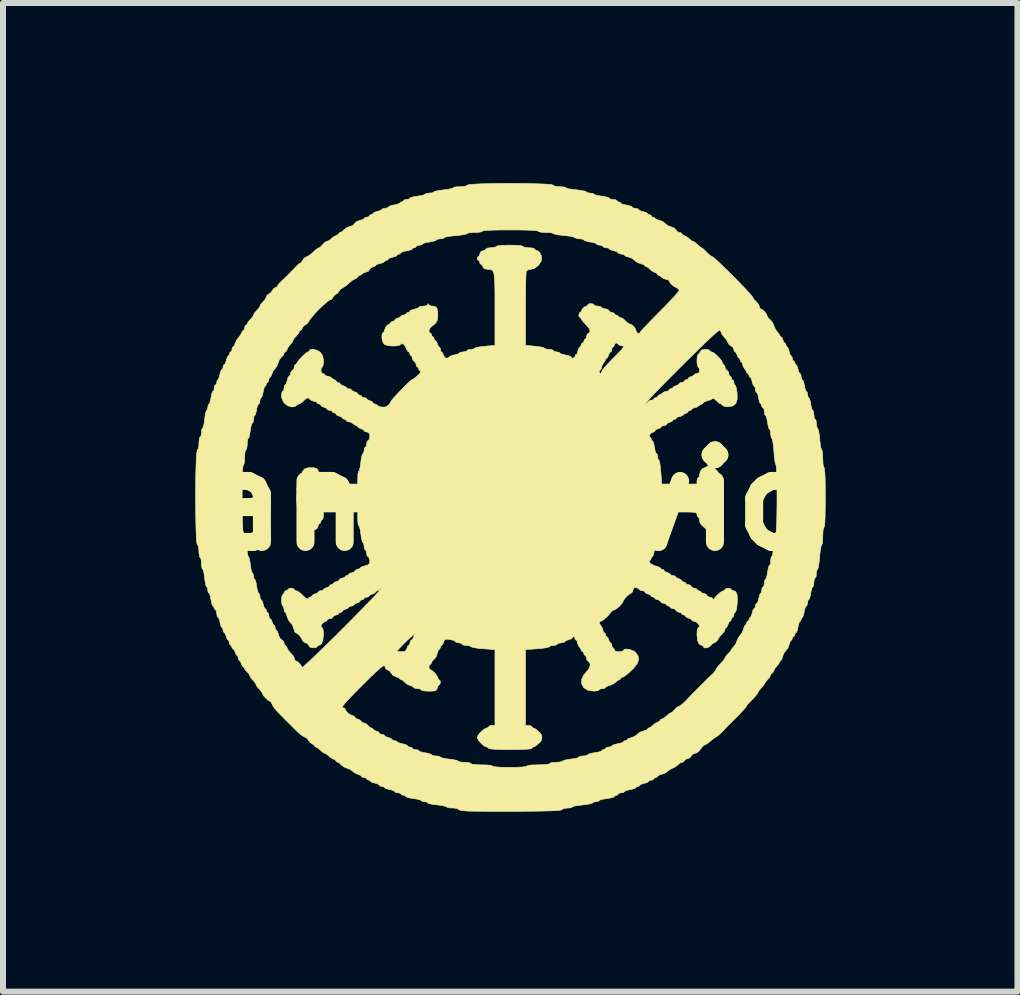
<source format=kicad_pcb>
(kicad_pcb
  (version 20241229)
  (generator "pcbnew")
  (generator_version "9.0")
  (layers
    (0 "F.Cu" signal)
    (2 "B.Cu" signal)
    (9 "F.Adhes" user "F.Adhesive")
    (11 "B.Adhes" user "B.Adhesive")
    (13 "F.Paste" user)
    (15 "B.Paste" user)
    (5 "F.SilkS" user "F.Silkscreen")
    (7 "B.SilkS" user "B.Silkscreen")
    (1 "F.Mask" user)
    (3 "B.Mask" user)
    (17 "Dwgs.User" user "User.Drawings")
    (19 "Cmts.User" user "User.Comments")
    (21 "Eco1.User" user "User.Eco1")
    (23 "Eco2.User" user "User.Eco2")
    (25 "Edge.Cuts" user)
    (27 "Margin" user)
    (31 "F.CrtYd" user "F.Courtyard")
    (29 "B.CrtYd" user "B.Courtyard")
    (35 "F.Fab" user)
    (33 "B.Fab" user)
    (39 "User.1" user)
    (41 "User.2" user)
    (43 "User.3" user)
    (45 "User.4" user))
  (footprint "anticovid"
    (layer "F.Cu")
    (at 5.45 5.289)
    (property "Reference" "anticovid" (at 0 0 0) (layer "F.SilkS") (effects (font (size 1.524 1.524) (thickness 0.3))))
    (attr through_hole)
    (fp_poly (pts (xy 0.147 -5.283) (xy 0.292 -5.281) (xy 0.424 -5.278) (xy 0.539 -5.274) (xy 0.629 -5.269) (xy 0.69 -5.263) (xy 0.714 -5.255) (xy 0.714 -5.255) (xy 0.741 -5.237) (xy 0.802 -5.229) (xy 0.827 -5.228) (xy 0.887 -5.225) (xy 0.925 -5.216) (xy 0.931 -5.21) (xy 0.951 -5.199) (xy 1.003 -5.189) (xy 1.077 -5.179) (xy 1.101 -5.177) (xy 1.179 -5.167) (xy 1.238 -5.156) (xy 1.268 -5.145) (xy 1.27 -5.142) (xy 1.288 -5.128) (xy 1.333 -5.122) (xy 1.333 -5.122) (xy 1.378 -5.117) (xy 1.397 -5.104) (xy 1.397 -5.104) (xy 1.416 -5.092) (xy 1.466 -5.08) (xy 1.524 -5.071) (xy 1.591 -5.06) (xy 1.637 -5.047) (xy 1.651 -5.037) (xy 1.669 -5.022) (xy 1.714 -5.017) (xy 1.714 -5.016) (xy 1.759 -5.01) (xy 1.778 -4.996) (xy 1.778 -4.995) (xy 1.795 -4.977) (xy 1.81 -4.974) (xy 1.838 -4.964) (xy 1.841 -4.955) (xy 1.86 -4.941) (xy 1.908 -4.928) (xy 1.937 -4.922) (xy 1.993 -4.91) (xy 2.028 -4.895) (xy 2.032 -4.888) (xy 2.05 -4.873) (xy 2.085 -4.868) (xy 2.125 -4.861) (xy 2.138 -4.848) (xy 2.156 -4.831) (xy 2.202 -4.816) (xy 2.212 -4.814) (xy 2.261 -4.8) (xy 2.285 -4.784) (xy 2.286 -4.781) (xy 2.303 -4.765) (xy 2.318 -4.763) (xy 2.346 -4.751) (xy 2.349 -4.741) (xy 2.367 -4.723) (xy 2.381 -4.72) (xy 2.409 -4.71) (xy 2.413 -4.701) (xy 2.431 -4.685) (xy 2.476 -4.671) (xy 2.482 -4.67) (xy 2.54 -4.648) (xy 2.582 -4.614) (xy 2.582 -4.614) (xy 2.624 -4.581) (xy 2.681 -4.559) (xy 2.737 -4.537) (xy 2.763 -4.506) (xy 2.792 -4.473) (xy 2.817 -4.466) (xy 2.85 -4.458) (xy 2.857 -4.446) (xy 2.875 -4.426) (xy 2.905 -4.412) (xy 2.958 -4.383) (xy 2.987 -4.357) (xy 3.022 -4.327) (xy 3.044 -4.318) (xy 3.073 -4.304) (xy 3.115 -4.27) (xy 3.12 -4.265) (xy 3.159 -4.23) (xy 3.185 -4.213) (xy 3.187 -4.212) (xy 3.209 -4.198) (xy 3.248 -4.162) (xy 3.272 -4.138) (xy 3.317 -4.094) (xy 3.354 -4.068) (xy 3.365 -4.064) (xy 3.387 -4.049) (xy 3.433 -4.01) (xy 3.498 -3.949) (xy 3.576 -3.874) (xy 3.661 -3.79) (xy 3.749 -3.702) (xy 3.834 -3.614) (xy 3.912 -3.534) (xy 3.975 -3.465) (xy 4.021 -3.413) (xy 4.042 -3.384) (xy 4.043 -3.381) (xy 4.058 -3.351) (xy 4.096 -3.315) (xy 4.096 -3.315) (xy 4.133 -3.275) (xy 4.149 -3.236) (xy 4.157 -3.203) (xy 4.167 -3.196) (xy 4.201 -3.181) (xy 4.241 -3.144) (xy 4.27 -3.104) (xy 4.276 -3.086) (xy 4.291 -3.051) (xy 4.328 -3.015) (xy 4.371 -2.965) (xy 4.394 -2.911) (xy 4.417 -2.853) (xy 4.448 -2.813) (xy 4.478 -2.777) (xy 4.487 -2.754) (xy 4.502 -2.732) (xy 4.508 -2.731) (xy 4.528 -2.713) (xy 4.542 -2.678) (xy 4.558 -2.638) (xy 4.574 -2.625) (xy 4.591 -2.607) (xy 4.593 -2.593) (xy 4.603 -2.565) (xy 4.612 -2.561) (xy 4.628 -2.543) (xy 4.643 -2.497) (xy 4.645 -2.487) (xy 4.659 -2.438) (xy 4.676 -2.414) (xy 4.679 -2.413) (xy 4.695 -2.395) (xy 4.699 -2.371) (xy 4.708 -2.336) (xy 4.72 -2.328) (xy 4.739 -2.311) (xy 4.741 -2.297) (xy 4.752 -2.268) (xy 4.76 -2.265) (xy 4.776 -2.246) (xy 4.791 -2.201) (xy 4.793 -2.191) (xy 4.807 -2.142) (xy 4.824 -2.117) (xy 4.827 -2.117) (xy 4.842 -2.099) (xy 4.847 -2.064) (xy 4.854 -2.024) (xy 4.867 -2.011) (xy 4.882 -1.992) (xy 4.896 -1.944) (xy 4.901 -1.916) (xy 4.913 -1.859) (xy 4.928 -1.825) (xy 4.934 -1.82) (xy 4.948 -1.802) (xy 4.953 -1.767) (xy 4.96 -1.728) (xy 4.972 -1.714) (xy 4.986 -1.696) (xy 4.999 -1.647) (xy 5.006 -1.609) (xy 5.018 -1.548) (xy 5.032 -1.51) (xy 5.04 -1.503) (xy 5.052 -1.484) (xy 5.059 -1.438) (xy 5.059 -1.429) (xy 5.064 -1.38) (xy 5.077 -1.355) (xy 5.08 -1.355) (xy 5.094 -1.336) (xy 5.101 -1.291) (xy 5.101 -1.282) (xy 5.106 -1.232) (xy 5.12 -1.204) (xy 5.121 -1.203) (xy 5.132 -1.18) (xy 5.144 -1.125) (xy 5.154 -1.049) (xy 5.156 -1.021) (xy 5.165 -0.941) (xy 5.175 -0.881) (xy 5.186 -0.849) (xy 5.189 -0.847) (xy 5.198 -0.827) (xy 5.204 -0.776) (xy 5.207 -0.704) (xy 5.207 -0.699) (xy 5.21 -0.622) (xy 5.217 -0.57) (xy 5.228 -0.55) (xy 5.228 -0.55) (xy 5.235 -0.53) (xy 5.241 -0.468) (xy 5.246 -0.369) (xy 5.248 -0.233) (xy 5.249 -0.063) (xy 5.249 -0.053) (xy 5.248 0.119) (xy 5.246 0.257) (xy 5.242 0.358) (xy 5.236 0.422) (xy 5.229 0.444) (xy 5.228 0.445) (xy 5.217 0.464) (xy 5.21 0.517) (xy 5.207 0.593) (xy 5.207 0.593) (xy 5.205 0.666) (xy 5.198 0.719) (xy 5.189 0.741) (xy 5.188 0.741) (xy 5.179 0.76) (xy 5.169 0.813) (xy 5.159 0.89) (xy 5.155 0.942) (xy 5.146 1.028) (xy 5.136 1.096) (xy 5.126 1.136) (xy 5.12 1.143) (xy 5.108 1.162) (xy 5.101 1.207) (xy 5.101 1.217) (xy 5.096 1.266) (xy 5.083 1.291) (xy 5.08 1.291) (xy 5.066 1.31) (xy 5.059 1.356) (xy 5.059 1.365) (xy 5.054 1.414) (xy 5.042 1.439) (xy 5.04 1.439) (xy 5.026 1.458) (xy 5.013 1.507) (xy 5.006 1.545) (xy 4.994 1.605) (xy 4.98 1.644) (xy 4.972 1.651) (xy 4.958 1.669) (xy 4.953 1.702) (xy 4.945 1.744) (xy 4.93 1.761) (xy 4.914 1.785) (xy 4.9 1.835) (xy 4.896 1.858) (xy 4.885 1.913) (xy 4.871 1.944) (xy 4.866 1.947) (xy 4.849 1.965) (xy 4.847 1.979) (xy 4.837 2.007) (xy 4.828 2.011) (xy 4.814 2.03) (xy 4.801 2.077) (xy 4.795 2.106) (xy 4.783 2.163) (xy 4.768 2.197) (xy 4.761 2.201) (xy 4.744 2.218) (xy 4.741 2.233) (xy 4.73 2.261) (xy 4.72 2.265) (xy 4.701 2.282) (xy 4.699 2.297) (xy 4.689 2.325) (xy 4.68 2.328) (xy 4.664 2.347) (xy 4.65 2.392) (xy 4.648 2.398) (xy 4.627 2.456) (xy 4.593 2.498) (xy 4.593 2.498) (xy 4.56 2.539) (xy 4.538 2.597) (xy 4.538 2.598) (xy 4.524 2.645) (xy 4.508 2.667) (xy 4.506 2.667) (xy 4.488 2.684) (xy 4.487 2.691) (xy 4.473 2.722) (xy 4.448 2.749) (xy 4.41 2.797) (xy 4.394 2.831) (xy 4.375 2.868) (xy 4.359 2.879) (xy 4.34 2.895) (xy 4.339 2.901) (xy 4.326 2.935) (xy 4.313 2.954) (xy 4.262 3.012) (xy 4.237 3.047) (xy 4.233 3.059) (xy 4.22 3.08) (xy 4.187 3.118) (xy 4.18 3.124) (xy 4.145 3.165) (xy 4.128 3.196) (xy 4.128 3.199) (xy 4.113 3.224) (xy 4.076 3.268) (xy 4.032 3.314) (xy 3.983 3.364) (xy 3.948 3.402) (xy 3.937 3.419) (xy 3.926 3.441) (xy 3.891 3.483) (xy 3.831 3.547) (xy 3.742 3.637) (xy 3.66 3.718) (xy 3.636 3.742) (xy 3.593 3.787) (xy 3.546 3.836) (xy 3.495 3.888) (xy 3.453 3.924) (xy 3.432 3.937) (xy 3.406 3.95) (xy 3.363 3.984) (xy 3.344 4) (xy 3.297 4.039) (xy 3.26 4.062) (xy 3.252 4.064) (xy 3.222 4.08) (xy 3.196 4.109) (xy 3.145 4.173) (xy 3.102 4.205) (xy 3.069 4.212) (xy 3.031 4.23) (xy 3.016 4.255) (xy 2.988 4.289) (xy 2.961 4.297) (xy 2.921 4.311) (xy 2.907 4.329) (xy 2.879 4.357) (xy 2.863 4.36) (xy 2.825 4.375) (xy 2.796 4.4) (xy 2.749 4.437) (xy 2.709 4.456) (xy 2.655 4.483) (xy 2.625 4.509) (xy 2.582 4.539) (xy 2.524 4.56) (xy 2.477 4.576) (xy 2.456 4.593) (xy 2.455 4.595) (xy 2.438 4.612) (xy 2.424 4.614) (xy 2.395 4.626) (xy 2.392 4.636) (xy 2.374 4.653) (xy 2.349 4.657) (xy 2.315 4.665) (xy 2.307 4.677) (xy 2.289 4.694) (xy 2.243 4.709) (xy 2.233 4.711) (xy 2.184 4.725) (xy 2.16 4.741) (xy 2.159 4.744) (xy 2.142 4.76) (xy 2.127 4.763) (xy 2.099 4.773) (xy 2.095 4.781) (xy 2.077 4.795) (xy 2.029 4.809) (xy 2 4.814) (xy 1.944 4.827) (xy 1.909 4.842) (xy 1.905 4.848) (xy 1.887 4.863) (xy 1.852 4.868) (xy 1.812 4.876) (xy 1.799 4.889) (xy 1.782 4.908) (xy 1.767 4.911) (xy 1.739 4.922) (xy 1.736 4.931) (xy 1.716 4.944) (xy 1.667 4.956) (xy 1.609 4.965) (xy 1.542 4.976) (xy 1.496 4.988) (xy 1.482 4.998) (xy 1.464 5.012) (xy 1.429 5.016) (xy 1.389 5.023) (xy 1.376 5.036) (xy 1.356 5.047) (xy 1.305 5.058) (xy 1.231 5.068) (xy 1.206 5.071) (xy 1.128 5.08) (xy 1.069 5.09) (xy 1.039 5.101) (xy 1.037 5.104) (xy 1.018 5.116) (xy 0.972 5.122) (xy 0.954 5.122) (xy 0.899 5.128) (xy 0.866 5.143) (xy 0.863 5.148) (xy 0.85 5.155) (xy 0.813 5.161) (xy 0.75 5.166) (xy 0.658 5.17) (xy 0.534 5.173) (xy 0.374 5.175) (xy 0.175 5.177) (xy 0.126 5.177) (xy -0.053 5.177) (xy -0.223 5.177) (xy -0.379 5.177) (xy -0.516 5.176) (xy -0.626 5.175) (xy -0.704 5.173) (xy -0.736 5.171) (xy -0.804 5.164) (xy -0.852 5.153) (xy -0.868 5.142) (xy -0.887 5.13) (xy -0.935 5.123) (xy -0.963 5.122) (xy -1.02 5.119) (xy -1.054 5.109) (xy -1.058 5.104) (xy -1.078 5.093) (xy -1.129 5.082) (xy -1.202 5.072) (xy -1.217 5.07) (xy -1.293 5.061) (xy -1.349 5.049) (xy -1.375 5.038) (xy -1.376 5.036) (xy -1.394 5.021) (xy -1.429 5.016) (xy -1.469 5.01) (xy -1.482 4.998) (xy -1.501 4.986) (xy -1.551 4.974) (xy -1.609 4.965) (xy -1.676 4.955) (xy -1.722 4.942) (xy -1.736 4.931) (xy -1.753 4.914) (xy -1.778 4.911) (xy -1.812 4.902) (xy -1.82 4.889) (xy -1.838 4.874) (xy -1.873 4.868) (xy -1.913 4.861) (xy -1.926 4.847) (xy -1.945 4.831) (xy -1.992 4.817) (xy -2.011 4.813) (xy -2.064 4.8) (xy -2.093 4.786) (xy -2.095 4.781) (xy -2.113 4.766) (xy -2.138 4.763) (xy -2.172 4.754) (xy -2.18 4.742) (xy -2.199 4.725) (xy -2.244 4.71) (xy -2.254 4.708) (xy -2.303 4.694) (xy -2.328 4.678) (xy -2.328 4.675) (xy -2.346 4.659) (xy -2.36 4.657) (xy -2.388 4.645) (xy -2.392 4.636) (xy -2.41 4.618) (xy -2.434 4.614) (xy -2.469 4.606) (xy -2.477 4.595) (xy -2.495 4.577) (xy -2.533 4.562) (xy -2.589 4.538) (xy -2.623 4.51) (xy -2.668 4.478) (xy -2.721 4.458) (xy -2.778 4.434) (xy -2.816 4.402) (xy -2.849 4.369) (xy -2.873 4.36) (xy -2.898 4.348) (xy -2.9 4.341) (xy -2.917 4.32) (xy -2.947 4.306) (xy -3 4.277) (xy -3.029 4.251) (xy -3.064 4.221) (xy -3.087 4.212) (xy -3.116 4.198) (xy -3.157 4.165) (xy -3.162 4.159) (xy -3.204 4.124) (xy -3.235 4.107) (xy -3.238 4.106) (xy -3.259 4.092) (xy -3.26 4.087) (xy -3.277 4.065) (xy -3.301 4.054) (xy -3.341 4.024) (xy -3.355 4) (xy -3.384 3.962) (xy -3.412 3.946) (xy -3.465 3.918) (xy -3.535 3.86) (xy -3.579 3.818) (xy -3.604 3.792) (xy -3.65 3.747) (xy -3.706 3.691) (xy -3.762 3.635) (xy -3.809 3.587) (xy -3.836 3.561) (xy -3.906 3.486) (xy -3.937 3.445) (xy -2.801 3.445) (xy -2.795 3.45) (xy -2.76 3.458) (xy -2.752 3.468) (xy -2.736 3.504) (xy -2.699 3.544) (xy -2.657 3.572) (xy -2.637 3.577) (xy -2.6 3.594) (xy -2.59 3.609) (xy -2.561 3.636) (xy -2.54 3.641) (xy -2.502 3.656) (xy -2.49 3.672) (xy -2.461 3.7) (xy -2.44 3.704) (xy -2.398 3.72) (xy -2.371 3.747) (xy -2.337 3.779) (xy -2.313 3.789) (xy -2.288 3.801) (xy -2.286 3.808) (xy -2.268 3.826) (xy -2.233 3.84) (xy -2.193 3.857) (xy -2.18 3.874) (xy -2.162 3.891) (xy -2.138 3.895) (xy -2.103 3.903) (xy -2.095 3.914) (xy -2.077 3.932) (xy -2.033 3.947) (xy -2.032 3.948) (xy -1.988 3.963) (xy -1.969 3.981) (xy -1.968 3.981) (xy -1.951 3.997) (xy -1.926 4) (xy -1.892 4.008) (xy -1.884 4.019) (xy -1.865 4.033) (xy -1.818 4.047) (xy -1.799 4.051) (xy -1.746 4.064) (xy -1.717 4.08) (xy -1.714 4.085) (xy -1.697 4.102) (xy -1.672 4.106) (xy -1.638 4.115) (xy -1.63 4.128) (xy -1.612 4.143) (xy -1.577 4.149) (xy -1.537 4.155) (xy -1.524 4.168) (xy -1.505 4.181) (xy -1.457 4.195) (xy -1.418 4.202) (xy -1.358 4.213) (xy -1.32 4.227) (xy -1.312 4.235) (xy -1.294 4.248) (xy -1.248 4.254) (xy -1.238 4.255) (xy -1.189 4.259) (xy -1.165 4.271) (xy -1.164 4.274) (xy -1.145 4.285) (xy -1.094 4.297) (xy -1.022 4.307) (xy -1.016 4.307) (xy -0.943 4.317) (xy -0.89 4.329) (xy -0.868 4.341) (xy -0.868 4.341) (xy -0.849 4.352) (xy -0.8 4.359) (xy -0.762 4.36) (xy -0.702 4.364) (xy -0.663 4.374) (xy -0.656 4.381) (xy -0.636 4.392) (xy -0.582 4.399) (xy -0.499 4.403) (xy -0.476 4.403) (xy -0.389 4.405) (xy -0.327 4.411) (xy -0.298 4.421) (xy -0.296 4.424) (xy -0.276 4.433) (xy -0.217 4.439) (xy -0.125 4.444) (xy -0.011 4.445) (xy 0.11 4.443) (xy 0.201 4.439) (xy 0.257 4.432) (xy 0.275 4.424) (xy 0.295 4.414) (xy 0.35 4.406) (xy 0.434 4.403) (xy 0.466 4.403) (xy 0.557 4.4) (xy 0.622 4.394) (xy 0.654 4.385) (xy 0.656 4.381) (xy 0.675 4.369) (xy 0.724 4.362) (xy 0.762 4.36) (xy 0.822 4.357) (xy 0.861 4.348) (xy 0.868 4.342) (xy 0.887 4.33) (xy 0.937 4.318) (xy 1.005 4.308) (xy 1.075 4.298) (xy 1.125 4.286) (xy 1.143 4.274) (xy 1.162 4.261) (xy 1.207 4.255) (xy 1.217 4.255) (xy 1.266 4.25) (xy 1.291 4.237) (xy 1.291 4.235) (xy 1.31 4.222) (xy 1.359 4.208) (xy 1.408 4.201) (xy 1.471 4.19) (xy 1.514 4.176) (xy 1.524 4.167) (xy 1.541 4.151) (xy 1.556 4.149) (xy 1.584 4.137) (xy 1.587 4.128) (xy 1.606 4.112) (xy 1.64 4.106) (xy 1.68 4.1) (xy 1.693 4.086) (xy 1.712 4.072) (xy 1.76 4.058) (xy 1.789 4.052) (xy 1.845 4.04) (xy 1.879 4.026) (xy 1.884 4.019) (xy 1.901 4.003) (xy 1.916 4) (xy 1.944 3.99) (xy 1.947 3.982) (xy 1.966 3.966) (xy 2.011 3.951) (xy 2.017 3.95) (xy 2.075 3.928) (xy 2.117 3.895) (xy 2.117 3.895) (xy 2.158 3.861) (xy 2.216 3.84) (xy 2.217 3.839) (xy 2.264 3.826) (xy 2.286 3.809) (xy 2.286 3.808) (xy 2.303 3.79) (xy 2.31 3.789) (xy 2.341 3.774) (xy 2.368 3.75) (xy 2.416 3.711) (xy 2.45 3.695) (xy 2.487 3.676) (xy 2.498 3.66) (xy 2.514 3.641) (xy 2.52 3.641) (xy 2.543 3.634) (xy 2.577 3.611) (xy 2.632 3.564) (xy 2.634 3.561) (xy 2.668 3.539) (xy 2.682 3.535) (xy 2.705 3.52) (xy 2.738 3.483) (xy 2.739 3.482) (xy 2.776 3.444) (xy 2.808 3.429) (xy 2.837 3.414) (xy 2.884 3.377) (xy 2.932 3.328) (xy 2.984 3.274) (xy 3.024 3.232) (xy 3.043 3.213) (xy 3.065 3.191) (xy 3.108 3.148) (xy 3.163 3.093) (xy 3.167 3.089) (xy 3.224 3.032) (xy 3.27 2.986) (xy 3.296 2.959) (xy 3.297 2.959) (xy 3.327 2.93) (xy 3.37 2.89) (xy 3.374 2.886) (xy 3.411 2.846) (xy 3.429 2.815) (xy 3.429 2.812) (xy 3.443 2.786) (xy 3.479 2.743) (xy 3.503 2.719) (xy 3.546 2.672) (xy 3.573 2.635) (xy 3.577 2.624) (xy 3.591 2.595) (xy 3.626 2.556) (xy 3.63 2.552) (xy 3.666 2.515) (xy 3.683 2.489) (xy 3.683 2.487) (xy 3.697 2.462) (xy 3.722 2.437) (xy 3.756 2.391) (xy 3.776 2.34) (xy 3.801 2.282) (xy 3.833 2.242) (xy 3.866 2.196) (xy 3.887 2.141) (xy 3.901 2.095) (xy 3.917 2.074) (xy 3.918 2.074) (xy 3.935 2.057) (xy 3.937 2.043) (xy 3.948 2.014) (xy 3.958 2.011) (xy 3.977 1.994) (xy 3.979 1.979) (xy 3.99 1.951) (xy 3.998 1.947) (xy 4.014 1.929) (xy 4.029 1.883) (xy 4.031 1.873) (xy 4.045 1.824) (xy 4.062 1.8) (xy 4.065 1.799) (xy 4.081 1.781) (xy 4.085 1.757) (xy 4.094 1.722) (xy 4.106 1.714) (xy 4.122 1.696) (xy 4.137 1.649) (xy 4.141 1.63) (xy 4.153 1.577) (xy 4.168 1.547) (xy 4.173 1.545) (xy 4.186 1.527) (xy 4.191 1.492) (xy 4.198 1.452) (xy 4.212 1.439) (xy 4.227 1.421) (xy 4.233 1.377) (xy 4.233 1.376) (xy 4.239 1.331) (xy 4.253 1.312) (xy 4.253 1.312) (xy 4.266 1.293) (xy 4.279 1.244) (xy 4.287 1.196) (xy 4.298 1.132) (xy 4.311 1.09) (xy 4.32 1.079) (xy 4.333 1.061) (xy 4.339 1.015) (xy 4.339 1.005) (xy 4.344 0.956) (xy 4.356 0.932) (xy 4.358 0.931) (xy 4.368 0.912) (xy 4.378 0.859) (xy 4.388 0.782) (xy 4.393 0.73) (xy 4.401 0.644) (xy 4.411 0.576) (xy 4.421 0.536) (xy 4.426 0.529) (xy 4.431 0.509) (xy 4.436 0.452) (xy 4.44 0.363) (xy 4.442 0.249) (xy 4.444 0.114) (xy 4.445 -0.032) (xy 4.444 -0.181) (xy 4.442 -0.315) (xy 4.44 -0.429) (xy 4.436 -0.517) (xy 4.432 -0.573) (xy 4.427 -0.593) (xy 4.418 -0.612) (xy 4.408 -0.665) (xy 4.399 -0.743) (xy 4.394 -0.81) (xy 4.386 -0.901) (xy 4.376 -0.974) (xy 4.366 -1.021) (xy 4.359 -1.034) (xy 4.346 -1.057) (xy 4.339 -1.106) (xy 4.339 -1.113) (xy 4.334 -1.161) (xy 4.323 -1.185) (xy 4.32 -1.185) (xy 4.308 -1.204) (xy 4.295 -1.254) (xy 4.287 -1.302) (xy 4.276 -1.365) (xy 4.262 -1.408) (xy 4.253 -1.418) (xy 4.239 -1.437) (xy 4.233 -1.481) (xy 4.233 -1.482) (xy 4.227 -1.526) (xy 4.212 -1.545) (xy 4.212 -1.545) (xy 4.193 -1.562) (xy 4.191 -1.577) (xy 4.181 -1.605) (xy 4.172 -1.609) (xy 4.158 -1.628) (xy 4.144 -1.675) (xy 4.139 -1.704) (xy 4.127 -1.761) (xy 4.112 -1.795) (xy 4.105 -1.799) (xy 4.09 -1.817) (xy 4.085 -1.852) (xy 4.078 -1.892) (xy 4.065 -1.905) (xy 4.048 -1.924) (xy 4.033 -1.969) (xy 4.031 -1.979) (xy 4.017 -2.028) (xy 4.001 -2.052) (xy 3.998 -2.053) (xy 3.981 -2.07) (xy 3.979 -2.085) (xy 3.968 -2.113) (xy 3.958 -2.117) (xy 3.938 -2.133) (xy 3.937 -2.139) (xy 3.923 -2.172) (xy 3.905 -2.194) (xy 3.879 -2.239) (xy 3.873 -2.266) (xy 3.864 -2.3) (xy 3.852 -2.307) (xy 3.834 -2.324) (xy 3.831 -2.339) (xy 3.821 -2.367) (xy 3.812 -2.371) (xy 3.794 -2.389) (xy 3.78 -2.424) (xy 3.763 -2.463) (xy 3.746 -2.477) (xy 3.729 -2.494) (xy 3.725 -2.517) (xy 3.708 -2.557) (xy 3.684 -2.571) (xy 3.644 -2.601) (xy 3.629 -2.629) (xy 3.604 -2.676) (xy 3.564 -2.724) (xy 3.529 -2.768) (xy 3.514 -2.804) (xy 3.514 -2.806) (xy 3.497 -2.833) (xy 3.481 -2.836) (xy 3.46 -2.822) (xy 3.413 -2.782) (xy 3.345 -2.719) (xy 3.259 -2.638) (xy 3.16 -2.542) (xy 3.051 -2.436) (xy 2.936 -2.322) (xy 2.819 -2.205) (xy 2.703 -2.089) (xy 2.592 -1.978) (xy 2.491 -1.874) (xy 2.403 -1.783) (xy 2.332 -1.707) (xy 2.282 -1.651) (xy 2.256 -1.619) (xy 2.254 -1.613) (xy 2.274 -1.616) (xy 2.289 -1.635) (xy 2.325 -1.666) (xy 2.351 -1.672) (xy 2.384 -1.681) (xy 2.392 -1.693) (xy 2.409 -1.712) (xy 2.424 -1.714) (xy 2.452 -1.726) (xy 2.455 -1.736) (xy 2.472 -1.756) (xy 2.478 -1.757) (xy 2.51 -1.77) (xy 2.532 -1.789) (xy 2.577 -1.815) (xy 2.605 -1.82) (xy 2.639 -1.829) (xy 2.646 -1.841) (xy 2.663 -1.86) (xy 2.678 -1.863) (xy 2.706 -1.873) (xy 2.709 -1.882) (xy 2.727 -1.9) (xy 2.762 -1.914) (xy 2.802 -1.931) (xy 2.815 -1.948) (xy 2.833 -1.965) (xy 2.857 -1.968) (xy 2.892 -1.977) (xy 2.9 -1.99) (xy 2.917 -2.008) (xy 2.932 -2.011) (xy 2.96 -2.022) (xy 2.963 -2.032) (xy 2.981 -2.052) (xy 3.016 -2.066) (xy 3.056 -2.082) (xy 3.069 -2.098) (xy 3.087 -2.113) (xy 3.111 -2.117) (xy 3.145 -2.129) (xy 3.154 -2.17) (xy 3.147 -2.209) (xy 3.133 -2.223) (xy 3.121 -2.242) (xy 3.113 -2.29) (xy 3.111 -2.328) (xy 3.115 -2.389) (xy 3.124 -2.427) (xy 3.131 -2.434) (xy 3.153 -2.452) (xy 3.164 -2.477) (xy 3.188 -2.508) (xy 3.237 -2.519) (xy 3.251 -2.519) (xy 3.299 -2.513) (xy 3.323 -2.5) (xy 3.323 -2.498) (xy 3.34 -2.479) (xy 3.355 -2.477) (xy 3.39 -2.461) (xy 3.437 -2.423) (xy 3.485 -2.375) (xy 3.521 -2.327) (xy 3.535 -2.295) (xy 3.547 -2.268) (xy 3.556 -2.265) (xy 3.574 -2.247) (xy 3.577 -2.225) (xy 3.592 -2.185) (xy 3.609 -2.173) (xy 3.635 -2.144) (xy 3.641 -2.117) (xy 3.649 -2.083) (xy 3.662 -2.074) (xy 3.681 -2.057) (xy 3.683 -2.043) (xy 3.694 -2.014) (xy 3.704 -2.011) (xy 3.722 -1.993) (xy 3.725 -1.97) (xy 3.735 -1.933) (xy 3.746 -1.923) (xy 3.759 -1.899) (xy 3.772 -1.846) (xy 3.78 -1.789) (xy 3.781 -1.685) (xy 3.757 -1.615) (xy 3.706 -1.575) (xy 3.626 -1.562) (xy 3.573 -1.568) (xy 3.541 -1.581) (xy 3.539 -1.585) (xy 3.516 -1.608) (xy 3.509 -1.609) (xy 3.481 -1.623) (xy 3.441 -1.658) (xy 3.435 -1.665) (xy 3.396 -1.698) (xy 3.371 -1.702) (xy 3.369 -1.699) (xy 3.34 -1.68) (xy 3.289 -1.663) (xy 3.286 -1.663) (xy 3.239 -1.647) (xy 3.218 -1.63) (xy 3.217 -1.628) (xy 3.201 -1.609) (xy 3.195 -1.609) (xy 3.162 -1.595) (xy 3.14 -1.577) (xy 3.095 -1.55) (xy 3.068 -1.545) (xy 3.034 -1.536) (xy 3.027 -1.524) (xy 3.01 -1.505) (xy 2.995 -1.503) (xy 2.967 -1.491) (xy 2.963 -1.482) (xy 2.947 -1.461) (xy 2.941 -1.46) (xy 2.908 -1.447) (xy 2.886 -1.429) (xy 2.841 -1.402) (xy 2.814 -1.397) (xy 2.78 -1.388) (xy 2.773 -1.376) (xy 2.756 -1.357) (xy 2.741 -1.355) (xy 2.713 -1.344) (xy 2.709 -1.336) (xy 2.691 -1.317) (xy 2.656 -1.304) (xy 2.617 -1.287) (xy 2.603 -1.27) (xy 2.586 -1.253) (xy 2.561 -1.249) (xy 2.527 -1.241) (xy 2.519 -1.23) (xy 2.501 -1.211) (xy 2.466 -1.198) (xy 2.426 -1.181) (xy 2.413 -1.164) (xy 2.397 -1.144) (xy 2.39 -1.143) (xy 2.358 -1.131) (xy 2.33 -1.105) (xy 2.315 -1.078) (xy 2.323 -1.064) (xy 2.347 -1.038) (xy 2.349 -1.025) (xy 2.36 -0.998) (xy 2.369 -0.995) (xy 2.382 -0.976) (xy 2.396 -0.927) (xy 2.402 -0.889) (xy 2.414 -0.829) (xy 2.428 -0.79) (xy 2.436 -0.783) (xy 2.451 -0.765) (xy 2.455 -0.73) (xy 2.462 -0.69) (xy 2.475 -0.677) (xy 2.484 -0.658) (xy 2.495 -0.605) (xy 2.504 -0.528) (xy 2.509 -0.476) (xy 2.524 -0.275) (xy 3.111 -0.275) (xy 3.111 -0.328) (xy 3.119 -0.368) (xy 3.133 -0.381) (xy 3.149 -0.399) (xy 3.154 -0.432) (xy 3.169 -0.489) (xy 3.205 -0.533) (xy 3.249 -0.55) (xy 3.283 -0.567) (xy 3.29 -0.577) (xy 3.304 -0.592) (xy 3.314 -0.577) (xy 3.344 -0.554) (xy 3.363 -0.55) (xy 3.402 -0.535) (xy 3.443 -0.499) (xy 3.469 -0.459) (xy 3.471 -0.446) (xy 3.488 -0.422) (xy 3.497 -0.418) (xy 3.506 -0.395) (xy 3.514 -0.338) (xy 3.519 -0.256) (xy 3.523 -0.157) (xy 3.524 -0.049) (xy 3.522 0.058) (xy 3.519 0.156) (xy 3.514 0.237) (xy 3.506 0.292) (xy 3.497 0.313) (xy 3.477 0.338) (xy 3.471 0.372) (xy 3.457 0.416) (xy 3.418 0.436) (xy 3.379 0.452) (xy 3.365 0.468) (xy 3.349 0.484) (xy 3.31 0.485) (xy 3.267 0.472) (xy 3.247 0.46) (xy 3.193 0.412) (xy 3.165 0.377) (xy 3.155 0.345) (xy 3.154 0.327) (xy 3.146 0.288) (xy 3.133 0.275) (xy 3.115 0.257) (xy 3.111 0.233) (xy 3.109 0.216) (xy 3.098 0.204) (xy 3.072 0.197) (xy 3.024 0.193) (xy 2.947 0.191) (xy 2.835 0.191) (xy 2.818 0.191) (xy 2.525 0.191) (xy 2.511 0.376) (xy 2.502 0.459) (xy 2.492 0.525) (xy 2.48 0.563) (xy 2.476 0.568) (xy 2.461 0.592) (xy 2.455 0.637) (xy 2.45 0.681) (xy 2.437 0.699) (xy 2.424 0.718) (xy 2.411 0.767) (xy 2.403 0.815) (xy 2.392 0.879) (xy 2.379 0.921) (xy 2.369 0.931) (xy 2.351 0.948) (xy 2.349 0.961) (xy 2.334 0.994) (xy 2.323 1) (xy 2.312 1.017) (xy 2.33 1.043) (xy 2.369 1.07) (xy 2.42 1.09) (xy 2.433 1.093) (xy 2.478 1.107) (xy 2.498 1.124) (xy 2.498 1.124) (xy 2.515 1.141) (xy 2.529 1.143) (xy 2.558 1.154) (xy 2.561 1.164) (xy 2.579 1.184) (xy 2.614 1.198) (xy 2.654 1.214) (xy 2.667 1.23) (xy 2.685 1.245) (xy 2.709 1.249) (xy 2.744 1.257) (xy 2.752 1.268) (xy 2.77 1.286) (xy 2.805 1.3) (xy 2.844 1.317) (xy 2.857 1.334) (xy 2.875 1.352) (xy 2.889 1.355) (xy 2.917 1.366) (xy 2.921 1.376) (xy 2.939 1.393) (xy 2.961 1.397) (xy 3.001 1.412) (xy 3.013 1.429) (xy 3.042 1.455) (xy 3.069 1.46) (xy 3.103 1.469) (xy 3.111 1.482) (xy 3.129 1.5) (xy 3.143 1.503) (xy 3.171 1.514) (xy 3.175 1.524) (xy 3.193 1.541) (xy 3.218 1.545) (xy 3.259 1.559) (xy 3.273 1.577) (xy 3.302 1.604) (xy 3.324 1.609) (xy 3.363 1.622) (xy 3.374 1.635) (xy 3.388 1.65) (xy 3.399 1.634) (xy 3.426 1.597) (xy 3.442 1.581) (xy 3.486 1.544) (xy 3.502 1.529) (xy 3.539 1.507) (xy 3.554 1.503) (xy 3.576 1.488) (xy 3.577 1.482) (xy 3.595 1.466) (xy 3.63 1.46) (xy 3.67 1.468) (xy 3.683 1.482) (xy 3.701 1.499) (xy 3.724 1.503) (xy 3.759 1.52) (xy 3.779 1.569) (xy 3.784 1.624) (xy 3.783 1.693) (xy 3.776 1.763) (xy 3.766 1.822) (xy 3.752 1.858) (xy 3.745 1.863) (xy 3.729 1.88) (xy 3.725 1.905) (xy 3.716 1.939) (xy 3.704 1.947) (xy 3.685 1.964) (xy 3.683 1.979) (xy 3.672 2.007) (xy 3.662 2.011) (xy 3.642 2.029) (xy 3.628 2.064) (xy 3.612 2.103) (xy 3.596 2.117) (xy 3.579 2.134) (xy 3.577 2.149) (xy 3.563 2.185) (xy 3.527 2.228) (xy 3.524 2.231) (xy 3.488 2.268) (xy 3.472 2.294) (xy 3.471 2.295) (xy 3.456 2.323) (xy 3.424 2.355) (xy 3.394 2.371) (xy 3.393 2.371) (xy 3.368 2.386) (xy 3.344 2.413) (xy 3.311 2.44) (xy 3.268 2.454) (xy 3.232 2.453) (xy 3.217 2.434) (xy 3.201 2.414) (xy 3.195 2.413) (xy 3.151 2.394) (xy 3.123 2.337) (xy 3.112 2.247) (xy 3.111 2.235) (xy 3.115 2.17) (xy 3.124 2.128) (xy 3.133 2.117) (xy 3.153 2.1) (xy 3.154 2.094) (xy 3.137 2.056) (xy 3.097 2.023) (xy 3.06 2.011) (xy 3.031 2.001) (xy 3.027 1.992) (xy 3.009 1.973) (xy 2.974 1.96) (xy 2.934 1.943) (xy 2.921 1.926) (xy 2.904 1.907) (xy 2.889 1.905) (xy 2.861 1.894) (xy 2.857 1.884) (xy 2.84 1.866) (xy 2.817 1.863) (xy 2.778 1.848) (xy 2.765 1.831) (xy 2.736 1.805) (xy 2.71 1.799) (xy 2.675 1.79) (xy 2.667 1.778) (xy 2.65 1.759) (xy 2.635 1.757) (xy 2.607 1.745) (xy 2.603 1.736) (xy 2.586 1.719) (xy 2.561 1.714) (xy 2.52 1.701) (xy 2.505 1.683) (xy 2.476 1.656) (xy 2.453 1.651) (xy 2.42 1.642) (xy 2.413 1.63) (xy 2.396 1.611) (xy 2.381 1.609) (xy 2.353 1.598) (xy 2.349 1.59) (xy 2.332 1.571) (xy 2.297 1.558) (xy 2.257 1.541) (xy 2.244 1.524) (xy 2.226 1.506) (xy 2.203 1.503) (xy 2.166 1.495) (xy 2.155 1.484) (xy 2.132 1.464) (xy 2.103 1.452) (xy 2.067 1.45) (xy 2.048 1.479) (xy 2.045 1.492) (xy 2.028 1.532) (xy 2.011 1.545) (xy 1.983 1.56) (xy 1.943 1.595) (xy 1.905 1.635) (xy 1.885 1.668) (xy 1.884 1.673) (xy 1.869 1.705) (xy 1.832 1.748) (xy 1.787 1.789) (xy 1.747 1.816) (xy 1.733 1.82) (xy 1.699 1.836) (xy 1.672 1.866) (xy 1.637 1.91) (xy 1.613 1.934) (xy 1.573 1.97) (xy 1.557 1.984) (xy 1.52 2.007) (xy 1.504 2.011) (xy 1.483 2.024) (xy 1.49 2.057) (xy 1.513 2.088) (xy 1.54 2.133) (xy 1.545 2.161) (xy 1.554 2.194) (xy 1.566 2.201) (xy 1.585 2.218) (xy 1.587 2.233) (xy 1.598 2.261) (xy 1.606 2.265) (xy 1.625 2.283) (xy 1.639 2.318) (xy 1.656 2.357) (xy 1.673 2.371) (xy 1.689 2.388) (xy 1.693 2.413) (xy 1.702 2.447) (xy 1.714 2.455) (xy 1.733 2.472) (xy 1.736 2.487) (xy 1.752 2.511) (xy 1.803 2.519) (xy 1.81 2.519) (xy 1.859 2.514) (xy 1.883 2.5) (xy 1.884 2.498) (xy 1.901 2.478) (xy 1.943 2.474) (xy 1.998 2.484) (xy 2.052 2.504) (xy 2.086 2.528) (xy 2.13 2.589) (xy 2.139 2.651) (xy 2.113 2.719) (xy 2.049 2.799) (xy 2.02 2.828) (xy 1.961 2.882) (xy 1.909 2.923) (xy 1.876 2.942) (xy 1.872 2.942) (xy 1.845 2.954) (xy 1.841 2.963) (xy 1.825 2.983) (xy 1.818 2.985) (xy 1.786 2.999) (xy 1.759 3.024) (xy 1.714 3.057) (xy 1.656 3.079) (xy 1.61 3.094) (xy 1.588 3.112) (xy 1.587 3.113) (xy 1.569 3.128) (xy 1.535 3.133) (xy 1.495 3.14) (xy 1.482 3.154) (xy 1.463 3.166) (xy 1.415 3.174) (xy 1.385 3.175) (xy 1.292 3.159) (xy 1.226 3.117) (xy 1.191 3.055) (xy 1.19 2.982) (xy 1.226 2.905) (xy 1.259 2.867) (xy 1.309 2.806) (xy 1.332 2.748) (xy 1.327 2.702) (xy 1.302 2.681) (xy 1.276 2.652) (xy 1.27 2.625) (xy 1.261 2.591) (xy 1.249 2.582) (xy 1.23 2.565) (xy 1.228 2.551) (xy 1.216 2.522) (xy 1.206 2.519) (xy 1.186 2.503) (xy 1.185 2.496) (xy 1.172 2.464) (xy 1.154 2.442) (xy 1.127 2.397) (xy 1.122 2.369) (xy 1.113 2.336) (xy 1.101 2.328) (xy 1.082 2.311) (xy 1.079 2.297) (xy 1.068 2.268) (xy 1.058 2.265) (xy 1.038 2.28) (xy 1.037 2.284) (xy 1.019 2.302) (xy 0.975 2.317) (xy 0.974 2.318) (xy 0.929 2.333) (xy 0.91 2.351) (xy 0.91 2.351) (xy 0.892 2.365) (xy 0.847 2.371) (xy 0.847 2.371) (xy 0.802 2.377) (xy 0.783 2.392) (xy 0.783 2.392) (xy 0.765 2.407) (xy 0.721 2.413) (xy 0.675 2.419) (xy 0.653 2.434) (xy 0.63 2.445) (xy 0.574 2.456) (xy 0.496 2.465) (xy 0.45 2.469) (xy 0.254 2.483) (xy 0.254 3.747) (xy 0.307 3.747) (xy 0.347 3.754) (xy 0.36 3.768) (xy 0.376 3.788) (xy 0.383 3.789) (xy 0.416 3.802) (xy 0.435 3.815) (xy 0.477 3.853) (xy 0.497 3.869) (xy 0.522 3.911) (xy 0.529 3.948) (xy 0.516 3.999) (xy 0.497 4.026) (xy 0.453 4.064) (xy 0.435 4.08) (xy 0.398 4.103) (xy 0.383 4.106) (xy 0.361 4.122) (xy 0.36 4.128) (xy 0.339 4.136) (xy 0.279 4.142) (xy 0.183 4.146) (xy 0.054 4.149) (xy 0 4.149) (xy -0.14 4.147) (xy -0.249 4.144) (xy -0.322 4.138) (xy -0.357 4.131) (xy -0.36 4.128) (xy -0.377 4.109) (xy -0.391 4.106) (xy -0.428 4.091) (xy -0.476 4.053) (xy -0.519 4.006) (xy -0.547 3.962) (xy -0.55 3.948) (xy -0.535 3.91) (xy -0.497 3.863) (xy -0.449 3.82) (xy -0.406 3.792) (xy -0.391 3.789) (xy -0.363 3.777) (xy -0.36 3.768) (xy -0.342 3.752) (xy -0.307 3.747) (xy -0.254 3.747) (xy -0.254 2.483) (xy -0.45 2.469) (xy -0.536 2.461) (xy -0.604 2.45) (xy -0.645 2.439) (xy -0.653 2.434) (xy -0.676 2.42) (xy -0.725 2.413) (xy -0.732 2.413) (xy -0.78 2.408) (xy -0.804 2.394) (xy -0.804 2.392) (xy -0.822 2.376) (xy -0.855 2.371) (xy -0.898 2.362) (xy -0.914 2.348) (xy -0.938 2.331) (xy -0.988 2.317) (xy -1.008 2.314) (xy -1.064 2.309) (xy -1.092 2.318) (xy -1.106 2.348) (xy -1.109 2.358) (xy -1.126 2.398) (xy -1.143 2.413) (xy -1.162 2.43) (xy -1.164 2.445) (xy -1.174 2.473) (xy -1.183 2.477) (xy -1.199 2.495) (xy -1.214 2.54) (xy -1.215 2.546) (xy -1.236 2.604) (xy -1.27 2.646) (xy -1.27 2.646) (xy -1.303 2.68) (xy -1.312 2.703) (xy -1.325 2.728) (xy -1.333 2.731) (xy -1.351 2.748) (xy -1.355 2.773) (xy -1.346 2.807) (xy -1.334 2.815) (xy -1.303 2.831) (xy -1.262 2.868) (xy -1.226 2.912) (xy -1.207 2.949) (xy -1.206 2.954) (xy -1.195 2.981) (xy -1.185 2.985) (xy -1.168 3.002) (xy -1.164 3.027) (xy -1.172 3.061) (xy -1.183 3.069) (xy -1.202 3.087) (xy -1.215 3.122) (xy -1.226 3.152) (xy -1.247 3.167) (xy -1.29 3.174) (xy -1.355 3.175) (xy -1.423 3.172) (xy -1.468 3.163) (xy -1.482 3.154) (xy -1.5 3.139) (xy -1.544 3.133) (xy -1.545 3.133) (xy -1.59 3.127) (xy -1.609 3.113) (xy -1.609 3.113) (xy -1.627 3.095) (xy -1.668 3.081) (xy -1.723 3.057) (xy -1.757 3.026) (xy -1.791 2.994) (xy -1.814 2.985) (xy -1.839 2.973) (xy -1.841 2.966) (xy -1.86 2.949) (xy -1.903 2.935) (xy -1.955 2.912) (xy -1.978 2.881) (xy -2.008 2.84) (xy -2.033 2.825) (xy -2.067 2.809) (xy -2.075 2.798) (xy -2.085 2.769) (xy -2.094 2.754) (xy -2.107 2.752) (xy -2.136 2.768) (xy -2.183 2.806) (xy -2.25 2.867) (xy -2.34 2.953) (xy -2.456 3.068) (xy -2.475 3.087) (xy -2.596 3.209) (xy -2.687 3.304) (xy -2.751 3.374) (xy -2.788 3.42) (xy -2.801 3.445) (xy -3.937 3.445) (xy -3.949 3.43) (xy -3.968 3.39) (xy -3.986 3.354) (xy -4.001 3.344) (xy -4.029 3.33) (xy -4.069 3.295) (xy -4.106 3.254) (xy -4.127 3.221) (xy -4.128 3.215) (xy -4.141 3.187) (xy -4.175 3.147) (xy -4.18 3.141) (xy -4.216 3.1) (xy -4.233 3.07) (xy -4.233 3.067) (xy -4.247 3.039) (xy -4.281 2.999) (xy -4.286 2.993) (xy -4.322 2.951) (xy -4.339 2.917) (xy -4.339 2.914) (xy -4.355 2.883) (xy -4.381 2.857) (xy -4.414 2.824) (xy -4.424 2.8) (xy -4.437 2.775) (xy -4.445 2.773) (xy -4.465 2.755) (xy -4.479 2.72) (xy -4.495 2.68) (xy -4.511 2.667) (xy -4.526 2.649) (xy -4.53 2.625) (xy -4.538 2.59) (xy -4.549 2.582) (xy -4.567 2.564) (xy -4.581 2.529) (xy -4.598 2.49) (xy -4.615 2.477) (xy -4.633 2.459) (xy -4.636 2.445) (xy -4.647 2.417) (xy -4.657 2.413) (xy -4.674 2.395) (xy -4.678 2.371) (xy -4.686 2.336) (xy -4.697 2.328) (xy -4.715 2.31) (xy -4.73 2.266) (xy -4.731 2.265) (xy -4.746 2.22) (xy -4.764 2.201) (xy -4.764 2.201) (xy -4.78 2.184) (xy -4.784 2.159) (xy -4.791 2.125) (xy -4.802 2.117) (xy -4.817 2.098) (xy -4.831 2.051) (xy -4.834 2.032) (xy -4.847 1.979) (xy -4.863 1.95) (xy -4.869 1.947) (xy -4.883 1.929) (xy -4.889 1.885) (xy -4.889 1.884) (xy -4.896 1.839) (xy -4.91 1.82) (xy -4.911 1.82) (xy -4.929 1.803) (xy -4.932 1.789) (xy -4.942 1.76) (xy -4.951 1.757) (xy -4.965 1.738) (xy -4.978 1.689) (xy -4.985 1.651) (xy -4.996 1.591) (xy -5.011 1.552) (xy -5.018 1.545) (xy -5.033 1.527) (xy -5.038 1.492) (xy -5.044 1.452) (xy -5.057 1.439) (xy -5.068 1.42) (xy -5.08 1.369) (xy -5.09 1.297) (xy -5.091 1.291) (xy -5.1 1.218) (xy -5.112 1.165) (xy -5.124 1.143) (xy -5.124 1.143) (xy -5.136 1.124) (xy -5.143 1.076) (xy -5.144 1.048) (xy -5.148 0.991) (xy -5.158 0.957) (xy -5.165 0.953) (xy -5.177 0.933) (xy -5.184 0.885) (xy -5.186 0.848) (xy -5.191 0.778) (xy -5.206 0.74) (xy -5.212 0.736) (xy -5.22 0.713) (xy -5.226 0.653) (xy -5.231 0.563) (xy -5.235 0.448) (xy -5.238 0.313) (xy -5.24 0.164) (xy -5.241 0.008) (xy -5.241 -0.032) (xy -4.466 -0.032) (xy -4.465 0.153) (xy -4.463 0.304) (xy -4.459 0.417) (xy -4.454 0.492) (xy -4.448 0.527) (xy -4.445 0.529) (xy -4.433 0.548) (xy -4.425 0.597) (xy -4.424 0.635) (xy -4.42 0.695) (xy -4.41 0.734) (xy -4.403 0.741) (xy -4.39 0.76) (xy -4.382 0.808) (xy -4.381 0.836) (xy -4.378 0.893) (xy -4.368 0.927) (xy -4.363 0.931) (xy -4.351 0.951) (xy -4.339 1.001) (xy -4.329 1.069) (xy -4.319 1.139) (xy -4.307 1.188) (xy -4.295 1.206) (xy -4.281 1.225) (xy -4.276 1.259) (xy -4.269 1.299) (xy -4.257 1.312) (xy -4.244 1.331) (xy -4.231 1.381) (xy -4.224 1.429) (xy -4.212 1.492) (xy -4.199 1.535) (xy -4.189 1.545) (xy -4.175 1.563) (xy -4.17 1.598) (xy -4.163 1.638) (xy -4.15 1.651) (xy -4.133 1.67) (xy -4.118 1.715) (xy -4.116 1.725) (xy -4.102 1.774) (xy -4.085 1.798) (xy -4.083 1.799) (xy -4.066 1.816) (xy -4.064 1.831) (xy -4.053 1.859) (xy -4.043 1.863) (xy -4.027 1.881) (xy -4.022 1.916) (xy -4.015 1.955) (xy -4.001 1.968) (xy -3.981 1.986) (xy -3.967 2.021) (xy -3.951 2.061) (xy -3.935 2.074) (xy -3.919 2.092) (xy -3.916 2.117) (xy -3.907 2.151) (xy -3.896 2.159) (xy -3.879 2.177) (xy -3.864 2.223) (xy -3.862 2.232) (xy -3.839 2.292) (xy -3.808 2.318) (xy -3.775 2.347) (xy -3.768 2.372) (xy -3.759 2.406) (xy -3.747 2.413) (xy -3.726 2.431) (xy -3.714 2.462) (xy -3.688 2.51) (xy -3.65 2.549) (xy -3.613 2.589) (xy -3.598 2.628) (xy -3.59 2.66) (xy -3.58 2.667) (xy -3.545 2.683) (xy -3.505 2.72) (xy -3.476 2.762) (xy -3.471 2.781) (xy -3.457 2.774) (xy -3.416 2.74) (xy -3.351 2.681) (xy -3.265 2.6) (xy -3.171 2.509) (xy -1.884 2.509) (xy -1.865 2.516) (xy -1.819 2.519) (xy -1.81 2.519) (xy -1.757 2.513) (xy -1.732 2.49) (xy -1.723 2.466) (xy -1.707 2.426) (xy -1.691 2.413) (xy -1.675 2.395) (xy -1.672 2.373) (xy -1.657 2.333) (xy -1.64 2.321) (xy -1.614 2.292) (xy -1.609 2.265) (xy -1.598 2.231) (xy -1.584 2.223) (xy -1.57 2.214) (xy -1.573 2.209) (xy -1.591 2.218) (xy -1.63 2.251) (xy -1.684 2.299) (xy -1.743 2.355) (xy -1.8 2.412) (xy -1.847 2.462) (xy -1.877 2.497) (xy -1.884 2.509) (xy -3.171 2.509) (xy -3.161 2.5) (xy -3.043 2.385) (xy -2.912 2.256) (xy -2.803 2.147) (xy -2.665 2.009) (xy -2.537 1.879) (xy -2.423 1.762) (xy -2.325 1.66) (xy -2.245 1.576) (xy -2.188 1.513) (xy -2.156 1.475) (xy -2.15 1.464) (xy -2.169 1.466) (xy -2.174 1.476) (xy -2.201 1.501) (xy -2.214 1.503) (xy -2.241 1.515) (xy -2.244 1.524) (xy -2.262 1.544) (xy -2.297 1.558) (xy -2.336 1.574) (xy -2.349 1.59) (xy -2.367 1.605) (xy -2.392 1.609) (xy -2.426 1.618) (xy -2.434 1.63) (xy -2.451 1.649) (xy -2.466 1.651) (xy -2.494 1.662) (xy -2.498 1.672) (xy -2.516 1.692) (xy -2.551 1.706) (xy -2.59 1.722) (xy -2.603 1.738) (xy -2.621 1.753) (xy -2.646 1.757) (xy -2.68 1.765) (xy -2.688 1.776) (xy -2.706 1.794) (xy -2.741 1.808) (xy -2.781 1.825) (xy -2.794 1.842) (xy -2.811 1.86) (xy -2.826 1.863) (xy -2.854 1.874) (xy -2.857 1.884) (xy -2.875 1.901) (xy -2.898 1.905) (xy -2.937 1.92) (xy -2.95 1.937) (xy -2.979 1.963) (xy -3.005 1.968) (xy -3.04 1.977) (xy -3.048 1.99) (xy -3.064 2.01) (xy -3.071 2.011) (xy -3.107 2.027) (xy -3.141 2.062) (xy -3.154 2.094) (xy -3.139 2.116) (xy -3.133 2.117) (xy -3.121 2.136) (xy -3.113 2.185) (xy -3.111 2.235) (xy -3.121 2.329) (xy -3.147 2.389) (xy -3.189 2.413) (xy -3.195 2.413) (xy -3.216 2.428) (xy -3.217 2.434) (xy -3.236 2.449) (xy -3.279 2.455) (xy -3.333 2.444) (xy -3.355 2.413) (xy -3.382 2.379) (xy -3.408 2.371) (xy -3.445 2.352) (xy -3.462 2.323) (xy -3.487 2.278) (xy -3.525 2.234) (xy -3.564 2.205) (xy -3.578 2.201) (xy -3.592 2.183) (xy -3.605 2.138) (xy -3.607 2.132) (xy -3.628 2.074) (xy -3.662 2.032) (xy -3.662 2.032) (xy -3.695 1.99) (xy -3.717 1.932) (xy -3.717 1.932) (xy -3.731 1.885) (xy -3.747 1.863) (xy -3.749 1.863) (xy -3.763 1.845) (xy -3.768 1.81) (xy -3.775 1.77) (xy -3.789 1.757) (xy -3.801 1.738) (xy -3.809 1.69) (xy -3.81 1.662) (xy -3.806 1.605) (xy -3.795 1.571) (xy -3.789 1.566) (xy -3.77 1.549) (xy -3.768 1.535) (xy -3.751 1.507) (xy -3.736 1.503) (xy -3.708 1.491) (xy -3.704 1.482) (xy -3.686 1.466) (xy -3.651 1.46) (xy -3.611 1.468) (xy -3.598 1.482) (xy -3.581 1.5) (xy -3.564 1.503) (xy -3.53 1.517) (xy -3.483 1.554) (xy -3.454 1.582) (xy -3.407 1.626) (xy -3.378 1.641) (xy -3.371 1.635) (xy -3.345 1.611) (xy -3.332 1.609) (xy -3.305 1.597) (xy -3.302 1.588) (xy -3.284 1.568) (xy -3.249 1.554) (xy -3.209 1.538) (xy -3.196 1.522) (xy -3.178 1.506) (xy -3.154 1.503) (xy -3.119 1.495) (xy -3.111 1.484) (xy -3.094 1.465) (xy -3.059 1.452) (xy -3.019 1.435) (xy -3.006 1.418) (xy -2.989 1.399) (xy -2.974 1.397) (xy -2.946 1.386) (xy -2.942 1.376) (xy -2.925 1.358) (xy -2.902 1.355) (xy -2.863 1.34) (xy -2.85 1.323) (xy -2.821 1.297) (xy -2.795 1.291) (xy -2.76 1.282) (xy -2.752 1.27) (xy -2.735 1.251) (xy -2.72 1.249) (xy -2.692 1.237) (xy -2.688 1.228) (xy -2.67 1.211) (xy -2.645 1.206) (xy -2.604 1.193) (xy -2.59 1.175) (xy -2.561 1.148) (xy -2.538 1.143) (xy -2.505 1.134) (xy -2.498 1.123) (xy -2.479 1.106) (xy -2.434 1.091) (xy -2.425 1.089) (xy -2.373 1.073) (xy -2.343 1.05) (xy -2.342 1.048) (xy -2.338 1.007) (xy -2.348 0.963) (xy -2.365 0.934) (xy -2.373 0.931) (xy -2.387 0.913) (xy -2.392 0.878) (xy -2.399 0.839) (xy -2.413 0.826) (xy -2.428 0.807) (xy -2.434 0.763) (xy -2.434 0.762) (xy -2.44 0.717) (xy -2.453 0.699) (xy -2.454 0.699) (xy -2.466 0.679) (xy -2.478 0.629) (xy -2.488 0.561) (xy -2.498 0.491) (xy -2.51 0.441) (xy -2.521 0.423) (xy -2.532 0.404) (xy -2.538 0.355) (xy -2.54 0.307) (xy -2.54 0.191) (xy -3.111 0.191) (xy -3.111 0.254) (xy -3.118 0.299) (xy -3.132 0.317) (xy -3.133 0.318) (xy -3.151 0.335) (xy -3.154 0.349) (xy -3.164 0.377) (xy -3.173 0.381) (xy -3.191 0.399) (xy -3.205 0.434) (xy -3.22 0.469) (xy -3.251 0.484) (xy -3.302 0.487) (xy -3.38 0.474) (xy -3.439 0.441) (xy -3.469 0.393) (xy -3.471 0.376) (xy -3.481 0.345) (xy -3.493 0.339) (xy -3.505 0.32) (xy -3.512 0.271) (xy -3.514 0.233) (xy -3.517 0.172) (xy -3.527 0.134) (xy -3.535 0.127) (xy -3.545 0.107) (xy -3.553 0.054) (xy -3.556 -0.024) (xy -3.556 -0.032) (xy -3.553 -0.112) (xy -3.546 -0.167) (xy -3.536 -0.19) (xy -3.535 -0.191) (xy -3.523 -0.21) (xy -3.516 -0.259) (xy -3.514 -0.307) (xy -3.511 -0.371) (xy -3.503 -0.413) (xy -3.495 -0.423) (xy -3.476 -0.441) (xy -3.463 -0.476) (xy -3.432 -0.523) (xy -3.37 -0.546) (xy -3.278 -0.547) (xy -3.226 -0.535) (xy -3.203 -0.507) (xy -3.2 -0.492) (xy -3.187 -0.455) (xy -3.174 -0.445) (xy -3.156 -0.427) (xy -3.154 -0.413) (xy -3.142 -0.385) (xy -3.133 -0.381) (xy -3.117 -0.363) (xy -3.111 -0.328) (xy -3.111 -0.275) (xy -2.54 -0.275) (xy -2.54 -0.381) (xy -2.537 -0.441) (xy -2.528 -0.48) (xy -2.522 -0.487) (xy -2.511 -0.506) (xy -2.5 -0.557) (xy -2.491 -0.628) (xy -2.49 -0.63) (xy -2.481 -0.702) (xy -2.468 -0.756) (xy -2.456 -0.78) (xy -2.456 -0.78) (xy -2.439 -0.804) (xy -2.434 -0.838) (xy -2.427 -0.877) (xy -2.413 -0.889) (xy -2.397 -0.907) (xy -2.392 -0.942) (xy -2.385 -0.982) (xy -2.373 -0.995) (xy -2.353 -1.013) (xy -2.34 -1.054) (xy -2.339 -1.099) (xy -2.343 -1.113) (xy -2.371 -1.138) (xy -2.394 -1.143) (xy -2.427 -1.152) (xy -2.434 -1.164) (xy -2.452 -1.184) (xy -2.487 -1.198) (xy -2.527 -1.214) (xy -2.54 -1.23) (xy -2.556 -1.248) (xy -2.563 -1.249) (xy -2.595 -1.262) (xy -2.617 -1.281) (xy -2.662 -1.307) (xy -2.69 -1.312) (xy -2.723 -1.321) (xy -2.731 -1.333) (xy -2.748 -1.352) (xy -2.762 -1.355) (xy -2.79 -1.365) (xy -2.794 -1.374) (xy -2.812 -1.392) (xy -2.847 -1.406) (xy -2.887 -1.423) (xy -2.9 -1.44) (xy -2.917 -1.458) (xy -2.932 -1.46) (xy -2.96 -1.472) (xy -2.963 -1.482) (xy -2.981 -1.499) (xy -3.006 -1.503) (xy -3.04 -1.511) (xy -3.048 -1.522) (xy -3.066 -1.54) (xy -3.101 -1.554) (xy -3.141 -1.571) (xy -3.154 -1.588) (xy -3.171 -1.606) (xy -3.186 -1.609) (xy -3.214 -1.62) (xy -3.217 -1.63) (xy -3.235 -1.647) (xy -3.258 -1.651) (xy -3.307 -1.665) (xy -3.331 -1.683) (xy -3.363 -1.709) (xy -3.391 -1.707) (xy -3.428 -1.676) (xy -3.441 -1.662) (xy -3.484 -1.625) (xy -3.519 -1.609) (xy -3.521 -1.609) (xy -3.554 -1.594) (xy -3.561 -1.584) (xy -3.585 -1.567) (xy -3.633 -1.559) (xy -3.634 -1.559) (xy -3.708 -1.579) (xy -3.768 -1.629) (xy -3.804 -1.701) (xy -3.81 -1.745) (xy -3.805 -1.795) (xy -3.792 -1.82) (xy -3.789 -1.82) (xy -3.773 -1.838) (xy -3.768 -1.873) (xy -3.761 -1.913) (xy -3.749 -1.926) (xy -3.733 -1.945) (xy -3.718 -1.99) (xy -3.716 -2) (xy -3.702 -2.049) (xy -3.685 -2.074) (xy -3.682 -2.074) (xy -3.665 -2.092) (xy -3.662 -2.114) (xy -3.647 -2.154) (xy -3.63 -2.167) (xy -3.604 -2.195) (xy -3.598 -2.222) (xy -3.59 -2.257) (xy -3.577 -2.265) (xy -3.557 -2.281) (xy -3.556 -2.287) (xy -3.541 -2.315) (xy -3.505 -2.358) (xy -3.458 -2.407) (xy -3.412 -2.449) (xy -3.376 -2.474) (xy -3.367 -2.477) (xy -3.345 -2.492) (xy -3.344 -2.498) (xy -3.328 -2.517) (xy -3.287 -2.52) (xy -3.234 -2.508) (xy -3.184 -2.484) (xy -3.163 -2.467) (xy -3.127 -2.417) (xy -3.113 -2.354) (xy -3.111 -2.319) (xy -3.116 -2.262) (xy -3.126 -2.227) (xy -3.133 -2.223) (xy -3.149 -2.204) (xy -3.154 -2.17) (xy -3.143 -2.127) (xy -3.122 -2.117) (xy -3.094 -2.105) (xy -3.09 -2.095) (xy -3.073 -2.078) (xy -3.05 -2.074) (xy -3.001 -2.06) (xy -2.977 -2.043) (xy -2.941 -2.017) (xy -2.923 -2.011) (xy -2.901 -1.996) (xy -2.9 -1.99) (xy -2.883 -1.971) (xy -2.868 -1.968) (xy -2.84 -1.957) (xy -2.836 -1.948) (xy -2.818 -1.928) (xy -2.783 -1.914) (xy -2.744 -1.897) (xy -2.731 -1.882) (xy -2.713 -1.866) (xy -2.688 -1.863) (xy -2.654 -1.855) (xy -2.646 -1.844) (xy -2.628 -1.825) (xy -2.593 -1.812) (xy -2.553 -1.795) (xy -2.54 -1.778) (xy -2.523 -1.759) (xy -2.508 -1.757) (xy -2.48 -1.745) (xy -2.477 -1.736) (xy -2.459 -1.718) (xy -2.434 -1.714) (xy -2.4 -1.707) (xy -2.392 -1.696) (xy -2.374 -1.677) (xy -2.339 -1.663) (xy -2.299 -1.646) (xy -2.286 -1.629) (xy -2.269 -1.611) (xy -2.256 -1.609) (xy -2.224 -1.598) (xy -2.219 -1.59) (xy -2.195 -1.573) (xy -2.148 -1.558) (xy -2.147 -1.558) (xy -2.084 -1.557) (xy -2.036 -1.584) (xy -2.002 -1.62) (xy -1.99 -1.647) (xy -1.976 -1.669) (xy -1.939 -1.713) (xy -1.886 -1.771) (xy -1.825 -1.835) (xy -1.762 -1.899) (xy -1.706 -1.955) (xy -1.663 -1.995) (xy -1.64 -2.011) (xy -1.639 -2.011) (xy -1.615 -2.023) (xy -1.602 -2.032) (xy -1.569 -2.061) (xy -1.524 -2.099) (xy -1.491 -2.134) (xy -1.495 -2.148) (xy 1.482 -2.148) (xy 1.493 -2.12) (xy 1.503 -2.117) (xy 1.522 -2.134) (xy 1.524 -2.148) (xy 1.538 -2.174) (xy 1.577 -2.223) (xy 1.635 -2.288) (xy 1.707 -2.363) (xy 1.72 -2.376) (xy 1.799 -2.455) (xy 1.851 -2.51) (xy 1.879 -2.545) (xy 1.888 -2.565) (xy 1.879 -2.574) (xy 1.857 -2.578) (xy 1.815 -2.59) (xy 1.799 -2.605) (xy 1.782 -2.622) (xy 1.767 -2.625) (xy 1.739 -2.608) (xy 1.736 -2.593) (xy 1.724 -2.565) (xy 1.714 -2.561) (xy 1.697 -2.543) (xy 1.693 -2.519) (xy 1.685 -2.484) (xy 1.673 -2.477) (xy 1.653 -2.459) (xy 1.639 -2.424) (xy 1.622 -2.384) (xy 1.606 -2.371) (xy 1.588 -2.354) (xy 1.587 -2.348) (xy 1.574 -2.316) (xy 1.556 -2.294) (xy 1.529 -2.249) (xy 1.524 -2.221) (xy 1.515 -2.187) (xy 1.503 -2.18) (xy 1.484 -2.163) (xy 1.482 -2.148) (xy -1.495 -2.148) (xy -1.497 -2.153) (xy -1.498 -2.153) (xy -1.522 -2.18) (xy -1.524 -2.193) (xy -1.536 -2.22) (xy -1.545 -2.223) (xy -1.563 -2.24) (xy -1.566 -2.263) (xy -1.581 -2.302) (xy -1.598 -2.315) (xy -1.624 -2.344) (xy -1.63 -2.37) (xy -1.639 -2.405) (xy -1.651 -2.413) (xy -1.67 -2.43) (xy -1.672 -2.445) (xy -1.683 -2.473) (xy -1.692 -2.477) (xy -1.713 -2.494) (xy -1.726 -2.523) (xy -1.752 -2.577) (xy -1.783 -2.61) (xy -1.811 -2.613) (xy -1.82 -2.604) (xy -1.853 -2.585) (xy -1.912 -2.575) (xy -1.983 -2.575) (xy -2.049 -2.584) (xy -2.096 -2.602) (xy -2.102 -2.607) (xy -2.122 -2.643) (xy -2.135 -2.695) (xy -2.138 -2.747) (xy -2.131 -2.784) (xy -2.119 -2.794) (xy -2.103 -2.812) (xy -2.088 -2.856) (xy -2.064 -2.909) (xy -2.033 -2.931) (xy -1.998 -2.95) (xy -1.99 -2.965) (xy -1.973 -2.982) (xy -1.958 -2.985) (xy -1.93 -2.996) (xy -1.926 -3.005) (xy -1.908 -3.025) (xy -1.873 -3.039) (xy -1.834 -3.056) (xy -1.82 -3.071) (xy -1.803 -3.087) (xy -1.778 -3.09) (xy -1.744 -3.099) (xy -1.736 -3.111) (xy -1.719 -3.13) (xy -1.704 -3.133) (xy -1.676 -3.144) (xy -1.672 -3.153) (xy -1.654 -3.17) (xy -1.608 -3.185) (xy -1.598 -3.187) (xy -1.549 -3.201) (xy -1.525 -3.217) (xy -1.524 -3.22) (xy -1.505 -3.232) (xy -1.46 -3.238) (xy -1.45 -3.239) (xy -1.397 -3.245) (xy -1.374 -3.264) (xy -1.374 -3.265) (xy -1.37 -3.281) (xy -1.362 -3.265) (xy -1.335 -3.246) (xy -1.292 -3.239) (xy -1.247 -3.231) (xy -1.221 -3.203) (xy -1.209 -3.147) (xy -1.206 -3.08) (xy -1.212 -3.012) (xy -1.235 -2.964) (xy -1.285 -2.918) (xy -1.31 -2.9) (xy -1.34 -2.867) (xy -1.354 -2.829) (xy -1.349 -2.8) (xy -1.333 -2.794) (xy -1.315 -2.777) (xy -1.312 -2.762) (xy -1.301 -2.734) (xy -1.291 -2.731) (xy -1.272 -2.713) (xy -1.27 -2.699) (xy -1.259 -2.671) (xy -1.249 -2.667) (xy -1.229 -2.649) (xy -1.215 -2.614) (xy -1.199 -2.574) (xy -1.183 -2.561) (xy -1.168 -2.543) (xy -1.164 -2.519) (xy -1.156 -2.484) (xy -1.145 -2.477) (xy -1.127 -2.459) (xy -1.113 -2.424) (xy -1.087 -2.38) (xy -1.058 -2.371) (xy -1.024 -2.38) (xy -1.016 -2.392) (xy -0.997 -2.408) (xy -0.951 -2.422) (xy -0.931 -2.426) (xy -0.878 -2.439) (xy -0.849 -2.453) (xy -0.847 -2.458) (xy -0.828 -2.471) (xy -0.784 -2.476) (xy -0.783 -2.477) (xy -0.739 -2.483) (xy -0.72 -2.497) (xy -0.72 -2.498) (xy -0.701 -2.513) (xy -0.657 -2.519) (xy -0.656 -2.519) (xy -0.612 -2.524) (xy -0.593 -2.537) (xy -0.593 -2.537) (xy -0.573 -2.548) (xy -0.521 -2.558) (xy -0.447 -2.568) (xy -0.423 -2.57) (xy -0.254 -2.585) (xy -0.254 -3.189) (xy -0.254 -3.373) (xy -0.255 -3.52) (xy -0.258 -3.634) (xy -0.263 -3.718) (xy -0.271 -3.777) (xy -0.284 -3.816) (xy -0.302 -3.838) (xy -0.325 -3.849) (xy -0.355 -3.852) (xy -0.378 -3.852) (xy -0.432 -3.863) (xy -0.455 -3.895) (xy -0.474 -3.929) (xy -0.488 -3.937) (xy -0.506 -3.954) (xy -0.508 -3.969) (xy -0.519 -3.997) (xy -0.529 -4) (xy -0.548 -4.018) (xy -0.55 -4.032) (xy -0.539 -4.06) (xy -0.529 -4.064) (xy -0.512 -4.082) (xy -0.508 -4.106) (xy -0.489 -4.145) (xy -0.455 -4.161) (xy -0.415 -4.177) (xy -0.402 -4.193) (xy -0.383 -4.205) (xy -0.336 -4.212) (xy -0.318 -4.212) (xy -0.264 -4.217) (xy -0.235 -4.229) (xy -0.233 -4.233) (xy -0.213 -4.243) (xy -0.156 -4.25) (xy -0.068 -4.254) (xy -0.011 -4.255) (xy 0.091 -4.253) (xy 0.165 -4.247) (xy 0.206 -4.239) (xy 0.212 -4.233) (xy 0.231 -4.221) (xy 0.278 -4.213) (xy 0.307 -4.212) (xy 0.364 -4.208) (xy 0.398 -4.199) (xy 0.402 -4.193) (xy 0.42 -4.174) (xy 0.452 -4.162) (xy 0.493 -4.132) (xy 0.518 -4.077) (xy 0.521 -4.013) (xy 0.514 -3.985) (xy 0.472 -3.921) (xy 0.411 -3.872) (xy 0.345 -3.852) (xy 0.342 -3.852) (xy 0.29 -3.841) (xy 0.267 -3.819) (xy 0.264 -3.79) (xy 0.261 -3.724) (xy 0.258 -3.627) (xy 0.256 -3.505) (xy 0.255 -3.364) (xy 0.254 -3.209) (xy 0.254 -3.186) (xy 0.254 -2.586) (xy 0.413 -2.571) (xy 0.489 -2.562) (xy 0.545 -2.55) (xy 0.571 -2.539) (xy 0.572 -2.538) (xy 0.59 -2.525) (xy 0.636 -2.519) (xy 0.646 -2.519) (xy 0.695 -2.514) (xy 0.719 -2.5) (xy 0.72 -2.498) (xy 0.738 -2.482) (xy 0.773 -2.477) (xy 0.812 -2.47) (xy 0.826 -2.458) (xy 0.844 -2.444) (xy 0.892 -2.43) (xy 0.921 -2.425) (xy 0.977 -2.412) (xy 1.012 -2.397) (xy 1.016 -2.391) (xy 1.033 -2.373) (xy 1.048 -2.371) (xy 1.076 -2.388) (xy 1.079 -2.402) (xy 1.091 -2.431) (xy 1.101 -2.434) (xy 1.118 -2.452) (xy 1.122 -2.475) (xy 1.136 -2.524) (xy 1.154 -2.548) (xy 1.18 -2.583) (xy 1.185 -2.602) (xy 1.201 -2.624) (xy 1.206 -2.625) (xy 1.225 -2.642) (xy 1.228 -2.656) (xy 1.239 -2.685) (xy 1.249 -2.688) (xy 1.266 -2.706) (xy 1.27 -2.731) (xy 1.284 -2.772) (xy 1.302 -2.786) (xy 1.331 -2.814) (xy 1.322 -2.858) (xy 1.276 -2.916) (xy 1.259 -2.933) (xy 1.216 -2.978) (xy 1.189 -3.015) (xy 1.185 -3.025) (xy 1.17 -3.047) (xy 1.164 -3.048) (xy 1.147 -3.066) (xy 1.143 -3.09) (xy 1.152 -3.125) (xy 1.164 -3.133) (xy 1.184 -3.149) (xy 1.185 -3.155) (xy 1.201 -3.191) (xy 1.237 -3.225) (xy 1.268 -3.239) (xy 1.29 -3.254) (xy 1.291 -3.26) (xy 1.309 -3.276) (xy 1.344 -3.281) (xy 1.384 -3.274) (xy 1.397 -3.26) (xy 1.415 -3.245) (xy 1.46 -3.239) (xy 1.46 -3.239) (xy 1.505 -3.232) (xy 1.524 -3.218) (xy 1.524 -3.217) (xy 1.542 -3.201) (xy 1.578 -3.196) (xy 1.623 -3.185) (xy 1.643 -3.164) (xy 1.672 -3.138) (xy 1.696 -3.133) (xy 1.729 -3.123) (xy 1.736 -3.111) (xy 1.753 -3.093) (xy 1.767 -3.09) (xy 1.796 -3.079) (xy 1.799 -3.069) (xy 1.817 -3.052) (xy 1.839 -3.048) (xy 1.878 -3.032) (xy 1.918 -2.995) (xy 1.955 -2.958) (xy 1.99 -2.942) (xy 2.03 -2.925) (xy 2.07 -2.886) (xy 2.094 -2.841) (xy 2.095 -2.828) (xy 2.113 -2.795) (xy 2.127 -2.786) (xy 2.155 -2.786) (xy 2.159 -2.794) (xy 2.173 -2.815) (xy 2.213 -2.86) (xy 2.275 -2.926) (xy 2.354 -3.008) (xy 2.446 -3.101) (xy 2.487 -3.143) (xy 2.583 -3.24) (xy 2.668 -3.329) (xy 2.737 -3.404) (xy 2.787 -3.461) (xy 2.813 -3.495) (xy 2.815 -3.502) (xy 2.797 -3.531) (xy 2.768 -3.547) (xy 2.721 -3.572) (xy 2.677 -3.612) (xy 2.649 -3.652) (xy 2.646 -3.665) (xy 2.628 -3.68) (xy 2.605 -3.683) (xy 2.556 -3.697) (xy 2.532 -3.715) (xy 2.497 -3.741) (xy 2.478 -3.747) (xy 2.456 -3.761) (xy 2.455 -3.766) (xy 2.438 -3.787) (xy 2.408 -3.801) (xy 2.355 -3.829) (xy 2.326 -3.855) (xy 2.29 -3.886) (xy 2.268 -3.895) (xy 2.245 -3.908) (xy 2.244 -3.913) (xy 2.225 -3.93) (xy 2.18 -3.944) (xy 2.174 -3.945) (xy 2.116 -3.967) (xy 2.074 -4) (xy 2.074 -4) (xy 2.033 -4.034) (xy 1.975 -4.056) (xy 1.974 -4.056) (xy 1.927 -4.069) (xy 1.905 -4.086) (xy 1.905 -4.088) (xy 1.887 -4.102) (xy 1.852 -4.106) (xy 1.812 -4.113) (xy 1.799 -4.127) (xy 1.781 -4.143) (xy 1.735 -4.159) (xy 1.725 -4.161) (xy 1.676 -4.175) (xy 1.652 -4.191) (xy 1.651 -4.193) (xy 1.633 -4.208) (xy 1.598 -4.212) (xy 1.558 -4.219) (xy 1.545 -4.233) (xy 1.527 -4.249) (xy 1.492 -4.255) (xy 1.452 -4.261) (xy 1.439 -4.274) (xy 1.42 -4.287) (xy 1.372 -4.301) (xy 1.333 -4.307) (xy 1.273 -4.319) (xy 1.235 -4.333) (xy 1.228 -4.341) (xy 1.209 -4.354) (xy 1.164 -4.36) (xy 1.155 -4.36) (xy 1.105 -4.366) (xy 1.077 -4.379) (xy 1.076 -4.381) (xy 1.053 -4.392) (xy 0.998 -4.403) (xy 0.922 -4.413) (xy 0.894 -4.415) (xy 0.814 -4.424) (xy 0.754 -4.435) (xy 0.722 -4.445) (xy 0.72 -4.448) (xy 0.7 -4.458) (xy 0.65 -4.464) (xy 0.593 -4.466) (xy 0.525 -4.469) (xy 0.479 -4.478) (xy 0.466 -4.487) (xy 0.445 -4.495) (xy 0.384 -4.501) (xy 0.285 -4.505) (xy 0.15 -4.508) (xy 0 -4.508) (xy -0.165 -4.508) (xy -0.296 -4.505) (xy -0.392 -4.5) (xy -0.449 -4.494) (xy -0.466 -4.487) (xy -0.485 -4.476) (xy -0.535 -4.468) (xy -0.593 -4.466) (xy -0.66 -4.463) (xy -0.706 -4.456) (xy -0.72 -4.447) (xy -0.739 -4.437) (xy -0.792 -4.427) (xy -0.867 -4.417) (xy -0.91 -4.413) (xy -0.994 -4.405) (xy -1.059 -4.394) (xy -1.096 -4.384) (xy -1.101 -4.379) (xy -1.119 -4.366) (xy -1.163 -4.36) (xy -1.164 -4.36) (xy -1.209 -4.355) (xy -1.228 -4.342) (xy -1.228 -4.342) (xy -1.247 -4.329) (xy -1.296 -4.316) (xy -1.344 -4.308) (xy -1.408 -4.297) (xy -1.45 -4.284) (xy -1.46 -4.274) (xy -1.479 -4.259) (xy -1.513 -4.255) (xy -1.553 -4.247) (xy -1.566 -4.233) (xy -1.583 -4.215) (xy -1.598 -4.212) (xy -1.626 -4.202) (xy -1.63 -4.193) (xy -1.649 -4.179) (xy -1.696 -4.166) (xy -1.725 -4.16) (xy -1.782 -4.148) (xy -1.816 -4.133) (xy -1.82 -4.126) (xy -1.837 -4.109) (xy -1.852 -4.106) (xy -1.88 -4.096) (xy -1.884 -4.088) (xy -1.902 -4.072) (xy -1.948 -4.057) (xy -1.958 -4.055) (xy -2.007 -4.041) (xy -2.031 -4.024) (xy -2.032 -4.021) (xy -2.049 -4.003) (xy -2.064 -4) (xy -2.092 -3.99) (xy -2.095 -3.982) (xy -2.114 -3.966) (xy -2.16 -3.951) (xy -2.17 -3.949) (xy -2.218 -3.935) (xy -2.243 -3.918) (xy -2.244 -3.915) (xy -2.261 -3.898) (xy -2.285 -3.895) (xy -2.323 -3.877) (xy -2.339 -3.852) (xy -2.366 -3.818) (xy -2.392 -3.81) (xy -2.439 -3.796) (xy -2.463 -3.778) (xy -2.499 -3.752) (xy -2.517 -3.747) (xy -2.539 -3.732) (xy -2.54 -3.727) (xy -2.558 -3.706) (xy -2.587 -3.692) (xy -2.634 -3.666) (xy -2.684 -3.624) (xy -2.688 -3.619) (xy -2.737 -3.577) (xy -2.784 -3.549) (xy -2.788 -3.547) (xy -2.83 -3.519) (xy -2.847 -3.493) (xy -2.877 -3.453) (xy -2.9 -3.44) (xy -2.94 -3.41) (xy -2.953 -3.386) (xy -2.977 -3.352) (xy -2.998 -3.344) (xy -3.027 -3.33) (xy -3.075 -3.291) (xy -3.136 -3.235) (xy -3.202 -3.171) (xy -3.264 -3.105) (xy -3.315 -3.046) (xy -3.347 -3.002) (xy -3.354 -2.988) (xy -3.382 -2.947) (xy -3.408 -2.932) (xy -3.448 -2.902) (xy -3.461 -2.878) (xy -3.48 -2.844) (xy -3.494 -2.836) (xy -3.513 -2.82) (xy -3.514 -2.814) (xy -3.527 -2.786) (xy -3.561 -2.745) (xy -3.567 -2.739) (xy -3.602 -2.698) (xy -3.619 -2.666) (xy -3.619 -2.663) (xy -3.634 -2.633) (xy -3.659 -2.606) (xy -3.697 -2.559) (xy -3.713 -2.524) (xy -3.732 -2.487) (xy -3.748 -2.477) (xy -3.766 -2.46) (xy -3.768 -2.449) (xy -3.783 -2.417) (xy -3.809 -2.392) (xy -3.844 -2.35) (xy -3.865 -2.298) (xy -3.887 -2.24) (xy -3.917 -2.2) (xy -3.952 -2.154) (xy -3.97 -2.11) (xy -3.986 -2.069) (xy -4.003 -2.053) (xy -4.018 -2.035) (xy -4.022 -2.011) (xy -4.031 -1.976) (xy -4.043 -1.968) (xy -4.062 -1.951) (xy -4.064 -1.937) (xy -4.074 -1.909) (xy -4.083 -1.905) (xy -4.097 -1.886) (xy -4.111 -1.838) (xy -4.116 -1.81) (xy -4.128 -1.753) (xy -4.143 -1.719) (xy -4.15 -1.714) (xy -4.165 -1.696) (xy -4.17 -1.663) (xy -4.178 -1.621) (xy -4.192 -1.605) (xy -4.209 -1.581) (xy -4.223 -1.53) (xy -4.227 -1.508) (xy -4.238 -1.453) (xy -4.252 -1.421) (xy -4.257 -1.418) (xy -4.27 -1.4) (xy -4.276 -1.355) (xy -4.276 -1.355) (xy -4.281 -1.31) (xy -4.296 -1.291) (xy -4.296 -1.291) (xy -4.309 -1.272) (xy -4.321 -1.222) (xy -4.33 -1.164) (xy -4.341 -1.097) (xy -4.353 -1.051) (xy -4.363 -1.037) (xy -4.374 -1.018) (xy -4.381 -0.97) (xy -4.381 -0.942) (xy -4.386 -0.885) (xy -4.396 -0.851) (xy -4.403 -0.847) (xy -4.414 -0.827) (xy -4.422 -0.777) (xy -4.424 -0.72) (xy -4.427 -0.652) (xy -4.435 -0.606) (xy -4.445 -0.593) (xy -4.452 -0.572) (xy -4.458 -0.51) (xy -4.462 -0.41) (xy -4.465 -0.272) (xy -4.466 -0.098) (xy -4.466 -0.032) (xy -5.241 -0.032) (xy -5.241 -0.151) (xy -5.24 -0.306) (xy -5.238 -0.451) (xy -5.234 -0.582) (xy -5.23 -0.692) (xy -5.224 -0.776) (xy -5.218 -0.827) (xy -5.212 -0.841) (xy -5.195 -0.868) (xy -5.186 -0.929) (xy -5.186 -0.954) (xy -5.182 -1.014) (xy -5.172 -1.052) (xy -5.165 -1.058) (xy -5.151 -1.077) (xy -5.144 -1.123) (xy -5.144 -1.132) (xy -5.139 -1.181) (xy -5.127 -1.206) (xy -5.124 -1.206) (xy -5.113 -1.226) (xy -5.101 -1.277) (xy -5.091 -1.348) (xy -5.091 -1.355) (xy -5.081 -1.428) (xy -5.069 -1.481) (xy -5.057 -1.503) (xy -5.057 -1.503) (xy -5.042 -1.521) (xy -5.038 -1.556) (xy -5.031 -1.596) (xy -5.018 -1.609) (xy -5.005 -1.628) (xy -4.991 -1.676) (xy -4.985 -1.715) (xy -4.973 -1.775) (xy -4.959 -1.813) (xy -4.951 -1.82) (xy -4.937 -1.838) (xy -4.932 -1.873) (xy -4.925 -1.913) (xy -4.911 -1.926) (xy -4.893 -1.944) (xy -4.889 -1.968) (xy -4.882 -2.003) (xy -4.871 -2.011) (xy -4.857 -2.03) (xy -4.843 -2.076) (xy -4.839 -2.095) (xy -4.826 -2.148) (xy -4.81 -2.178) (xy -4.805 -2.18) (xy -4.788 -2.198) (xy -4.784 -2.223) (xy -4.775 -2.257) (xy -4.763 -2.265) (xy -4.747 -2.283) (xy -4.731 -2.329) (xy -4.729 -2.339) (xy -4.715 -2.388) (xy -4.699 -2.412) (xy -4.697 -2.413) (xy -4.68 -2.43) (xy -4.678 -2.445) (xy -4.666 -2.473) (xy -4.657 -2.477) (xy -4.639 -2.494) (xy -4.636 -2.519) (xy -4.628 -2.553) (xy -4.617 -2.561) (xy -4.598 -2.579) (xy -4.583 -2.618) (xy -4.559 -2.674) (xy -4.531 -2.708) (xy -4.494 -2.756) (xy -4.478 -2.789) (xy -4.459 -2.826) (xy -4.444 -2.836) (xy -4.428 -2.854) (xy -4.424 -2.879) (xy -4.415 -2.913) (xy -4.403 -2.921) (xy -4.383 -2.937) (xy -4.381 -2.945) (xy -4.367 -2.975) (xy -4.332 -3.015) (xy -4.329 -3.018) (xy -4.292 -3.058) (xy -4.276 -3.09) (xy -4.276 -3.092) (xy -4.261 -3.123) (xy -4.226 -3.163) (xy -4.223 -3.166) (xy -4.187 -3.206) (xy -4.17 -3.237) (xy -4.17 -3.239) (xy -4.156 -3.268) (xy -4.121 -3.307) (xy -4.117 -3.311) (xy -4.081 -3.354) (xy -4.064 -3.391) (xy -4.064 -3.393) (xy -4.046 -3.426) (xy -4.023 -3.439) (xy -3.982 -3.469) (xy -3.969 -3.493) (xy -3.939 -3.532) (xy -3.915 -3.546) (xy -3.881 -3.564) (xy -3.873 -3.578) (xy -3.869 -3.592) (xy -3.85 -3.615) (xy -3.813 -3.653) (xy -3.75 -3.712) (xy -3.742 -3.719) (xy -3.702 -3.758) (xy -3.689 -3.772) (xy -3.652 -3.81) (xy -3.639 -3.824) (xy -3.608 -3.855) (xy -3.567 -3.899) (xy -3.563 -3.903) (xy -3.524 -3.94) (xy -3.496 -3.958) (xy -3.493 -3.958) (xy -3.472 -3.976) (xy -3.461 -3.999) (xy -3.431 -4.039) (xy -3.403 -4.055) (xy -3.355 -4.08) (xy -3.31 -4.114) (xy -3.247 -4.171) (xy -3.207 -4.202) (xy -3.183 -4.212) (xy -3.181 -4.212) (xy -3.158 -4.227) (xy -3.125 -4.264) (xy -3.124 -4.265) (xy -3.087 -4.303) (xy -3.053 -4.318) (xy -3.015 -4.333) (xy -2.987 -4.357) (xy -2.94 -4.395) (xy -2.905 -4.412) (xy -2.868 -4.431) (xy -2.857 -4.446) (xy -2.841 -4.465) (xy -2.83 -4.466) (xy -2.798 -4.482) (xy -2.773 -4.508) (xy -2.731 -4.542) (xy -2.674 -4.564) (xy -2.62 -4.584) (xy -2.593 -4.614) (xy -2.563 -4.646) (xy -2.508 -4.666) (xy -2.459 -4.68) (xy -2.435 -4.697) (xy -2.434 -4.7) (xy -2.416 -4.716) (xy -2.392 -4.72) (xy -2.357 -4.729) (xy -2.349 -4.741) (xy -2.332 -4.76) (xy -2.318 -4.763) (xy -2.29 -4.773) (xy -2.286 -4.783) (xy -2.267 -4.8) (xy -2.222 -4.815) (xy -2.212 -4.817) (xy -2.163 -4.831) (xy -2.139 -4.847) (xy -2.138 -4.85) (xy -2.12 -4.864) (xy -2.087 -4.868) (xy -2.045 -4.877) (xy -2.028 -4.891) (xy -2.004 -4.907) (xy -1.954 -4.922) (xy -1.931 -4.925) (xy -1.876 -4.937) (xy -1.845 -4.951) (xy -1.841 -4.956) (xy -1.824 -4.972) (xy -1.81 -4.974) (xy -1.782 -4.986) (xy -1.778 -4.995) (xy -1.76 -5.011) (xy -1.725 -5.016) (xy -1.685 -5.023) (xy -1.672 -5.037) (xy -1.653 -5.049) (xy -1.603 -5.062) (xy -1.545 -5.071) (xy -1.478 -5.081) (xy -1.432 -5.094) (xy -1.418 -5.104) (xy -1.4 -5.116) (xy -1.354 -5.122) (xy -1.344 -5.122) (xy -1.295 -5.127) (xy -1.271 -5.139) (xy -1.27 -5.142) (xy -1.251 -5.153) (xy -1.199 -5.164) (xy -1.126 -5.174) (xy -1.111 -5.176) (xy -1.035 -5.185) (xy -0.979 -5.197) (xy -0.953 -5.208) (xy -0.953 -5.209) (xy -0.933 -5.22) (xy -0.884 -5.227) (xy -0.838 -5.228) (xy -0.762 -5.233) (xy -0.72 -5.247) (xy -0.714 -5.255) (xy -0.691 -5.262) (xy -0.632 -5.269) (xy -0.543 -5.274) (xy -0.429 -5.278) (xy -0.297 -5.281) (xy -0.153 -5.283) (xy -0.003 -5.284) (xy 0.147 -5.283)) (stroke (width 0.01) (type solid)) (fill yes) (layer "F.SilkS")))
  (gr_rect
    (start -3 -3)
    (end 13.9 13.471)
    (stroke (width 0.1) (type default))
    (fill no)
    (layer "Edge.Cuts")))
</source>
